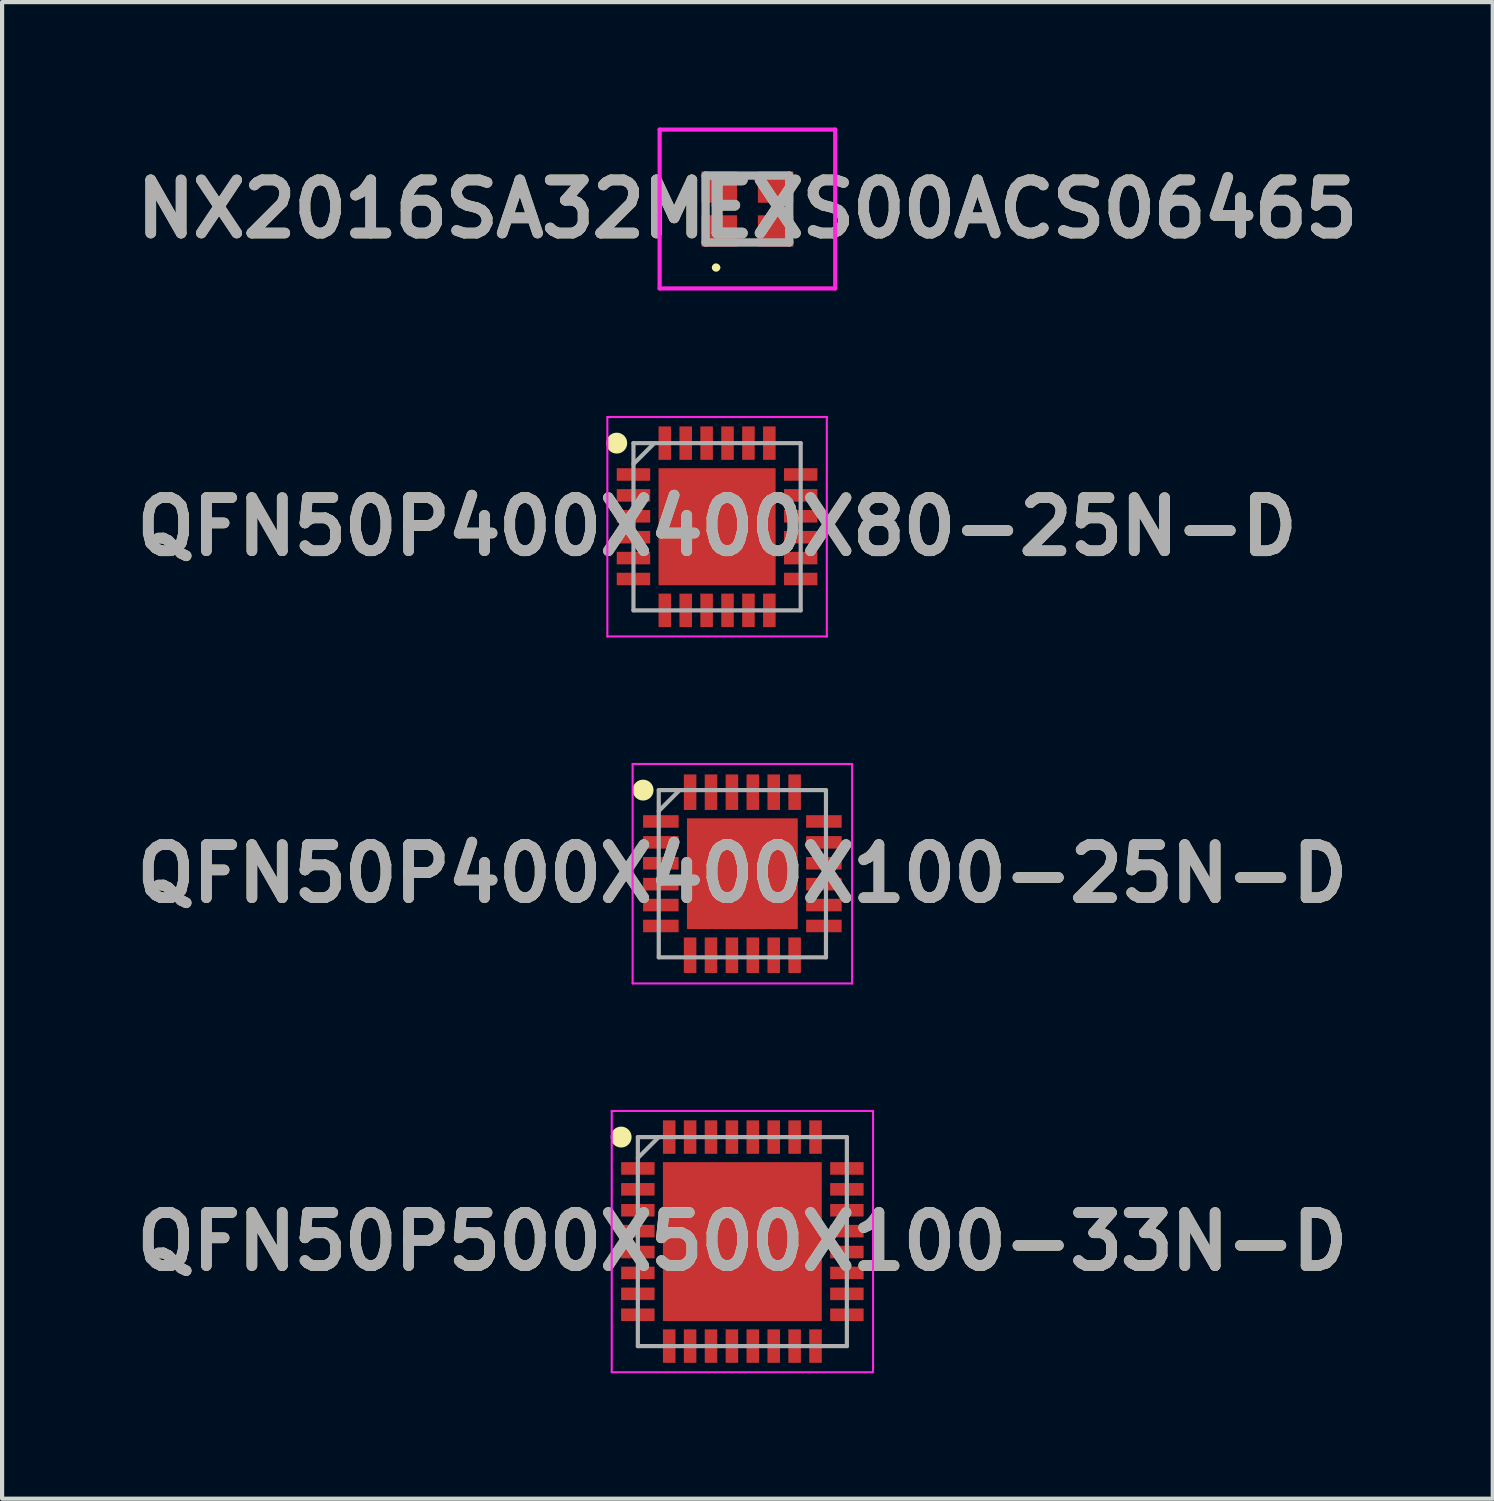
<source format=kicad_pcb>
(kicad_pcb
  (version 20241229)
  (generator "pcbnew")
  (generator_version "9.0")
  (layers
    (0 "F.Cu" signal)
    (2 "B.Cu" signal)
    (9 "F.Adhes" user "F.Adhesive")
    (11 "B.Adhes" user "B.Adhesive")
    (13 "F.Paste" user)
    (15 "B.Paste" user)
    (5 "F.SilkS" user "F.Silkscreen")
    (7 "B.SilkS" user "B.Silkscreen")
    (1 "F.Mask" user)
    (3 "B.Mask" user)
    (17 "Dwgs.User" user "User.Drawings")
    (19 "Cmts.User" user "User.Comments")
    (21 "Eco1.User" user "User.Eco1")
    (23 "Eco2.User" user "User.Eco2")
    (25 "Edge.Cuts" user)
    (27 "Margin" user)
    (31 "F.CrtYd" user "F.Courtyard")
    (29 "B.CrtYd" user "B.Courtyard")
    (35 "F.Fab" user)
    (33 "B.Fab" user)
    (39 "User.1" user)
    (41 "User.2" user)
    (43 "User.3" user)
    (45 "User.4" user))
  (footprint "NX2016SA32MEXS00ACS06465"
    (layer "F.Cu")
    (at 14.829 1.95)
    (property "Reference" "NX2016SA32MEXS00ACS06465" (at 0 0 0) (layer "F.SilkS") (effects (font (size 1.27 1.27) (thickness 0.254))))
    (attr smd)
    (fp_line (start -0.8 1.4) (end -0.8 1.4) (stroke (width 0.1) (type solid)) (layer "F.SilkS"))
    (fp_line (start -0.7 1.4) (end -0.7 1.4) (stroke (width 0.1) (type solid)) (layer "F.SilkS"))
    (fp_arc (start -0.8 1.4) (mid -0.75 1.35) (end -0.7 1.4) (stroke (width 0.1) (type solid)) (layer "F.SilkS"))
    (fp_arc (start -0.7 1.4) (mid -0.75 1.45) (end -0.8 1.4) (stroke (width 0.1) (type solid)) (layer "F.SilkS"))
    (fp_line (start -2.1 -1.9) (end 2.1 -1.9) (stroke (width 0.1) (type solid)) (layer "F.CrtYd"))
    (fp_line (start -2.1 1.9) (end -2.1 -1.9) (stroke (width 0.1) (type solid)) (layer "F.CrtYd"))
    (fp_line (start 2.1 -1.9) (end 2.1 1.9) (stroke (width 0.1) (type solid)) (layer "F.CrtYd"))
    (fp_line (start 2.1 1.9) (end -2.1 1.9) (stroke (width 0.1) (type solid)) (layer "F.CrtYd"))
    (fp_line (start -1 -0.8) (end 1 -0.8) (stroke (width 0.2) (type solid)) (layer "F.Fab"))
    (fp_line (start -1 0.8) (end -1 -0.8) (stroke (width 0.2) (type solid)) (layer "F.Fab"))
    (fp_line (start 1 -0.8) (end 1 0.8) (stroke (width 0.2) (type solid)) (layer "F.Fab"))
    (fp_line (start 1 0.8) (end -1 0.8) (stroke (width 0.2) (type solid)) (layer "F.Fab"))
    (fp_text user "${REFERENCE}" (at 0 0 0) (layer "F.Fab") (effects (font (size 1.27 1.27) (thickness 0.254))))
    (pad "1" smd rect (at -0.675 0.525 90) (size 0.75 0.85) (layers "F.Cu" "F.Mask" "F.Paste"))
    (pad "2" smd rect (at 0.675 0.525 90) (size 0.75 0.85) (layers "F.Cu" "F.Mask" "F.Paste"))
    (pad "3" smd rect (at 0.675 -0.525 90) (size 0.75 0.85) (layers "F.Cu" "F.Mask" "F.Paste"))
    (pad "4" smd rect (at -0.675 -0.525 90) (size 0.75 0.85) (layers "F.Cu" "F.Mask" "F.Paste")))
  (footprint "QFN50P500X500X100-33N-D"
    (layer "F.Cu")
    (at 14.708 26.65)
    (property "Reference" "QFN50P500X500X100-33N-D" (at 0 0 0) (layer "F.SilkS") (effects (font (size 1.27 1.27) (thickness 0.254))))
    (attr smd)
    (fp_circle (center -2.9 -2.5) (end -2.9 -2.375) (stroke (width 0.25) (type solid)) (fill no) (layer "F.SilkS"))
    (fp_line (start -3.125 -3.125) (end 3.125 -3.125) (stroke (width 0.05) (type solid)) (layer "F.CrtYd"))
    (fp_line (start -3.125 3.125) (end -3.125 -3.125) (stroke (width 0.05) (type solid)) (layer "F.CrtYd"))
    (fp_line (start 3.125 -3.125) (end 3.125 3.125) (stroke (width 0.05) (type solid)) (layer "F.CrtYd"))
    (fp_line (start 3.125 3.125) (end -3.125 3.125) (stroke (width 0.05) (type solid)) (layer "F.CrtYd"))
    (fp_line (start -2.5 -2.5) (end 2.5 -2.5) (stroke (width 0.1) (type solid)) (layer "F.Fab"))
    (fp_line (start -2.5 -2) (end -2 -2.5) (stroke (width 0.1) (type solid)) (layer "F.Fab"))
    (fp_line (start -2.5 2.5) (end -2.5 -2.5) (stroke (width 0.1) (type solid)) (layer "F.Fab"))
    (fp_line (start 2.5 -2.5) (end 2.5 2.5) (stroke (width 0.1) (type solid)) (layer "F.Fab"))
    (fp_line (start 2.5 2.5) (end -2.5 2.5) (stroke (width 0.1) (type solid)) (layer "F.Fab"))
    (fp_text user "${REFERENCE}" (at 0 0 0) (layer "F.Fab") (effects (font (size 1.27 1.27) (thickness 0.254))))
    (pad "1" smd rect (at -2.5 -1.75 90) (size 0.3 0.8) (layers "F.Cu" "F.Mask" "F.Paste"))
    (pad "2" smd rect (at -2.5 -1.25 90) (size 0.3 0.8) (layers "F.Cu" "F.Mask" "F.Paste"))
    (pad "3" smd rect (at -2.5 -0.75 90) (size 0.3 0.8) (layers "F.Cu" "F.Mask" "F.Paste"))
    (pad "4" smd rect (at -2.5 -0.25 90) (size 0.3 0.8) (layers "F.Cu" "F.Mask" "F.Paste"))
    (pad "5" smd rect (at -2.5 0.25 90) (size 0.3 0.8) (layers "F.Cu" "F.Mask" "F.Paste"))
    (pad "6" smd rect (at -2.5 0.75 90) (size 0.3 0.8) (layers "F.Cu" "F.Mask" "F.Paste"))
    (pad "7" smd rect (at -2.5 1.25 90) (size 0.3 0.8) (layers "F.Cu" "F.Mask" "F.Paste"))
    (pad "8" smd rect (at -2.5 1.75 90) (size 0.3 0.8) (layers "F.Cu" "F.Mask" "F.Paste"))
    (pad "9" smd rect (at -1.75 2.5) (size 0.3 0.8) (layers "F.Cu" "F.Mask" "F.Paste"))
    (pad "10" smd rect (at -1.25 2.5) (size 0.3 0.8) (layers "F.Cu" "F.Mask" "F.Paste"))
    (pad "11" smd rect (at -0.75 2.5) (size 0.3 0.8) (layers "F.Cu" "F.Mask" "F.Paste"))
    (pad "12" smd rect (at -0.25 2.5) (size 0.3 0.8) (layers "F.Cu" "F.Mask" "F.Paste"))
    (pad "13" smd rect (at 0.25 2.5) (size 0.3 0.8) (layers "F.Cu" "F.Mask" "F.Paste"))
    (pad "14" smd rect (at 0.75 2.5) (size 0.3 0.8) (layers "F.Cu" "F.Mask" "F.Paste"))
    (pad "15" smd rect (at 1.25 2.5) (size 0.3 0.8) (layers "F.Cu" "F.Mask" "F.Paste"))
    (pad "16" smd rect (at 1.75 2.5) (size 0.3 0.8) (layers "F.Cu" "F.Mask" "F.Paste"))
    (pad "17" smd rect (at 2.5 1.75 90) (size 0.3 0.8) (layers "F.Cu" "F.Mask" "F.Paste"))
    (pad "18" smd rect (at 2.5 1.25 90) (size 0.3 0.8) (layers "F.Cu" "F.Mask" "F.Paste"))
    (pad "19" smd rect (at 2.5 0.75 90) (size 0.3 0.8) (layers "F.Cu" "F.Mask" "F.Paste"))
    (pad "20" smd rect (at 2.5 0.25 90) (size 0.3 0.8) (layers "F.Cu" "F.Mask" "F.Paste"))
    (pad "21" smd rect (at 2.5 -0.25 90) (size 0.3 0.8) (layers "F.Cu" "F.Mask" "F.Paste"))
    (pad "22" smd rect (at 2.5 -0.75 90) (size 0.3 0.8) (layers "F.Cu" "F.Mask" "F.Paste"))
    (pad "23" smd rect (at 2.5 -1.25 90) (size 0.3 0.8) (layers "F.Cu" "F.Mask" "F.Paste"))
    (pad "24" smd rect (at 2.5 -1.75 90) (size 0.3 0.8) (layers "F.Cu" "F.Mask" "F.Paste"))
    (pad "25" smd rect (at 1.75 -2.5) (size 0.3 0.8) (layers "F.Cu" "F.Mask" "F.Paste"))
    (pad "26" smd rect (at 1.25 -2.5) (size 0.3 0.8) (layers "F.Cu" "F.Mask" "F.Paste"))
    (pad "27" smd rect (at 0.75 -2.5) (size 0.3 0.8) (layers "F.Cu" "F.Mask" "F.Paste"))
    (pad "28" smd rect (at 0.25 -2.5) (size 0.3 0.8) (layers "F.Cu" "F.Mask" "F.Paste"))
    (pad "29" smd rect (at -0.25 -2.5) (size 0.3 0.8) (layers "F.Cu" "F.Mask" "F.Paste"))
    (pad "30" smd rect (at -0.75 -2.5) (size 0.3 0.8) (layers "F.Cu" "F.Mask" "F.Paste"))
    (pad "31" smd rect (at -1.25 -2.5) (size 0.3 0.8) (layers "F.Cu" "F.Mask" "F.Paste"))
    (pad "32" smd rect (at -1.75 -2.5) (size 0.3 0.8) (layers "F.Cu" "F.Mask" "F.Paste"))
    (pad "33" smd rect (at 0 0) (size 3.8 3.8) (layers "F.Cu" "F.Mask" "F.Paste")))
  (footprint "QFN50P400X400X80-25N-D"
    (layer "F.Cu")
    (at 14.103 9.55)
    (property "Reference" "QFN50P400X400X80-25N-D" (at 0 0 0) (layer "F.SilkS") (effects (font (size 1.27 1.27) (thickness 0.254))))
    (attr smd)
    (fp_circle (center -2.4 -2) (end -2.4 -1.875) (stroke (width 0.25) (type solid)) (fill no) (layer "F.SilkS"))
    (fp_line (start -2.625 -2.625) (end 2.625 -2.625) (stroke (width 0.05) (type solid)) (layer "F.CrtYd"))
    (fp_line (start -2.625 2.625) (end -2.625 -2.625) (stroke (width 0.05) (type solid)) (layer "F.CrtYd"))
    (fp_line (start 2.625 -2.625) (end 2.625 2.625) (stroke (width 0.05) (type solid)) (layer "F.CrtYd"))
    (fp_line (start 2.625 2.625) (end -2.625 2.625) (stroke (width 0.05) (type solid)) (layer "F.CrtYd"))
    (fp_line (start -2 -2) (end 2 -2) (stroke (width 0.1) (type solid)) (layer "F.Fab"))
    (fp_line (start -2 -1.5) (end -1.5 -2) (stroke (width 0.1) (type solid)) (layer "F.Fab"))
    (fp_line (start -2 2) (end -2 -2) (stroke (width 0.1) (type solid)) (layer "F.Fab"))
    (fp_line (start 2 -2) (end 2 2) (stroke (width 0.1) (type solid)) (layer "F.Fab"))
    (fp_line (start 2 2) (end -2 2) (stroke (width 0.1) (type solid)) (layer "F.Fab"))
    (fp_text user "${REFERENCE}" (at 0 0 0) (layer "F.Fab") (effects (font (size 1.27 1.27) (thickness 0.254))))
    (pad "1" smd rect (at -2 -1.25 90) (size 0.3 0.8) (layers "F.Cu" "F.Mask" "F.Paste"))
    (pad "2" smd rect (at -2 -0.75 90) (size 0.3 0.8) (layers "F.Cu" "F.Mask" "F.Paste"))
    (pad "3" smd rect (at -2 -0.25 90) (size 0.3 0.8) (layers "F.Cu" "F.Mask" "F.Paste"))
    (pad "4" smd rect (at -2 0.25 90) (size 0.3 0.8) (layers "F.Cu" "F.Mask" "F.Paste"))
    (pad "5" smd rect (at -2 0.75 90) (size 0.3 0.8) (layers "F.Cu" "F.Mask" "F.Paste"))
    (pad "6" smd rect (at -2 1.25 90) (size 0.3 0.8) (layers "F.Cu" "F.Mask" "F.Paste"))
    (pad "7" smd rect (at -1.25 2) (size 0.3 0.8) (layers "F.Cu" "F.Mask" "F.Paste"))
    (pad "8" smd rect (at -0.75 2) (size 0.3 0.8) (layers "F.Cu" "F.Mask" "F.Paste"))
    (pad "9" smd rect (at -0.25 2) (size 0.3 0.8) (layers "F.Cu" "F.Mask" "F.Paste"))
    (pad "10" smd rect (at 0.25 2) (size 0.3 0.8) (layers "F.Cu" "F.Mask" "F.Paste"))
    (pad "11" smd rect (at 0.75 2) (size 0.3 0.8) (layers "F.Cu" "F.Mask" "F.Paste"))
    (pad "12" smd rect (at 1.25 2) (size 0.3 0.8) (layers "F.Cu" "F.Mask" "F.Paste"))
    (pad "13" smd rect (at 2 1.25 90) (size 0.3 0.8) (layers "F.Cu" "F.Mask" "F.Paste"))
    (pad "14" smd rect (at 2 0.75 90) (size 0.3 0.8) (layers "F.Cu" "F.Mask" "F.Paste"))
    (pad "15" smd rect (at 2 0.25 90) (size 0.3 0.8) (layers "F.Cu" "F.Mask" "F.Paste"))
    (pad "16" smd rect (at 2 -0.25 90) (size 0.3 0.8) (layers "F.Cu" "F.Mask" "F.Paste"))
    (pad "17" smd rect (at 2 -0.75 90) (size 0.3 0.8) (layers "F.Cu" "F.Mask" "F.Paste"))
    (pad "18" smd rect (at 2 -1.25 90) (size 0.3 0.8) (layers "F.Cu" "F.Mask" "F.Paste"))
    (pad "19" smd rect (at 1.25 -2) (size 0.3 0.8) (layers "F.Cu" "F.Mask" "F.Paste"))
    (pad "20" smd rect (at 0.75 -2) (size 0.3 0.8) (layers "F.Cu" "F.Mask" "F.Paste"))
    (pad "21" smd rect (at 0.25 -2) (size 0.3 0.8) (layers "F.Cu" "F.Mask" "F.Paste"))
    (pad "22" smd rect (at -0.25 -2) (size 0.3 0.8) (layers "F.Cu" "F.Mask" "F.Paste"))
    (pad "23" smd rect (at -0.75 -2) (size 0.3 0.8) (layers "F.Cu" "F.Mask" "F.Paste"))
    (pad "24" smd rect (at -1.25 -2) (size 0.3 0.8) (layers "F.Cu" "F.Mask" "F.Paste"))
    (pad "25" smd rect (at 0 0) (size 2.8 2.8) (layers "F.Cu" "F.Mask" "F.Paste")))
  (footprint "QFN50P400X400X100-25N-D"
    (layer "F.Cu")
    (at 14.708 17.85)
    (property "Reference" "QFN50P400X400X100-25N-D" (at 0 0 0) (layer "F.SilkS") (effects (font (size 1.27 1.27) (thickness 0.254))))
    (attr smd)
    (fp_circle (center -2.375 -2) (end -2.375 -1.875) (stroke (width 0.25) (type solid)) (fill no) (layer "F.SilkS"))
    (fp_line (start -2.625 -2.625) (end 2.625 -2.625) (stroke (width 0.05) (type solid)) (layer "F.CrtYd"))
    (fp_line (start -2.625 2.625) (end -2.625 -2.625) (stroke (width 0.05) (type solid)) (layer "F.CrtYd"))
    (fp_line (start 2.625 -2.625) (end 2.625 2.625) (stroke (width 0.05) (type solid)) (layer "F.CrtYd"))
    (fp_line (start 2.625 2.625) (end -2.625 2.625) (stroke (width 0.05) (type solid)) (layer "F.CrtYd"))
    (fp_line (start -2 -2) (end 2 -2) (stroke (width 0.1) (type solid)) (layer "F.Fab"))
    (fp_line (start -2 -1.5) (end -1.5 -2) (stroke (width 0.1) (type solid)) (layer "F.Fab"))
    (fp_line (start -2 2) (end -2 -2) (stroke (width 0.1) (type solid)) (layer "F.Fab"))
    (fp_line (start 2 -2) (end 2 2) (stroke (width 0.1) (type solid)) (layer "F.Fab"))
    (fp_line (start 2 2) (end -2 2) (stroke (width 0.1) (type solid)) (layer "F.Fab"))
    (fp_text user "${REFERENCE}" (at 0 0 0) (layer "F.Fab") (effects (font (size 1.27 1.27) (thickness 0.254))))
    (pad "1" smd rect (at -1.95 -1.25 90) (size 0.3 0.85) (layers "F.Cu" "F.Mask" "F.Paste"))
    (pad "2" smd rect (at -1.95 -0.75 90) (size 0.3 0.85) (layers "F.Cu" "F.Mask" "F.Paste"))
    (pad "3" smd rect (at -1.95 -0.25 90) (size 0.3 0.85) (layers "F.Cu" "F.Mask" "F.Paste"))
    (pad "4" smd rect (at -1.95 0.25 90) (size 0.3 0.85) (layers "F.Cu" "F.Mask" "F.Paste"))
    (pad "5" smd rect (at -1.95 0.75 90) (size 0.3 0.85) (layers "F.Cu" "F.Mask" "F.Paste"))
    (pad "6" smd rect (at -1.95 1.25 90) (size 0.3 0.85) (layers "F.Cu" "F.Mask" "F.Paste"))
    (pad "7" smd rect (at -1.25 1.95) (size 0.3 0.85) (layers "F.Cu" "F.Mask" "F.Paste"))
    (pad "8" smd rect (at -0.75 1.95) (size 0.3 0.85) (layers "F.Cu" "F.Mask" "F.Paste"))
    (pad "9" smd rect (at -0.25 1.95) (size 0.3 0.85) (layers "F.Cu" "F.Mask" "F.Paste"))
    (pad "10" smd rect (at 0.25 1.95) (size 0.3 0.85) (layers "F.Cu" "F.Mask" "F.Paste"))
    (pad "11" smd rect (at 0.75 1.95) (size 0.3 0.85) (layers "F.Cu" "F.Mask" "F.Paste"))
    (pad "12" smd rect (at 1.25 1.95) (size 0.3 0.85) (layers "F.Cu" "F.Mask" "F.Paste"))
    (pad "13" smd rect (at 1.95 1.25 90) (size 0.3 0.85) (layers "F.Cu" "F.Mask" "F.Paste"))
    (pad "14" smd rect (at 1.95 0.75 90) (size 0.3 0.85) (layers "F.Cu" "F.Mask" "F.Paste"))
    (pad "15" smd rect (at 1.95 0.25 90) (size 0.3 0.85) (layers "F.Cu" "F.Mask" "F.Paste"))
    (pad "16" smd rect (at 1.95 -0.25 90) (size 0.3 0.85) (layers "F.Cu" "F.Mask" "F.Paste"))
    (pad "17" smd rect (at 1.95 -0.75 90) (size 0.3 0.85) (layers "F.Cu" "F.Mask" "F.Paste"))
    (pad "18" smd rect (at 1.95 -1.25 90) (size 0.3 0.85) (layers "F.Cu" "F.Mask" "F.Paste"))
    (pad "19" smd rect (at 1.25 -1.95) (size 0.3 0.85) (layers "F.Cu" "F.Mask" "F.Paste"))
    (pad "20" smd rect (at 0.75 -1.95) (size 0.3 0.85) (layers "F.Cu" "F.Mask" "F.Paste"))
    (pad "21" smd rect (at 0.25 -1.95) (size 0.3 0.85) (layers "F.Cu" "F.Mask" "F.Paste"))
    (pad "22" smd rect (at -0.25 -1.95) (size 0.3 0.85) (layers "F.Cu" "F.Mask" "F.Paste"))
    (pad "23" smd rect (at -0.75 -1.95) (size 0.3 0.85) (layers "F.Cu" "F.Mask" "F.Paste"))
    (pad "24" smd rect (at -1.25 -1.95) (size 0.3 0.85) (layers "F.Cu" "F.Mask" "F.Paste"))
    (pad "25" smd rect (at 0 0) (size 2.65 2.65) (layers "F.Cu" "F.Mask" "F.Paste")))
  (gr_rect
    (start -3 -3)
    (end 32.658 32.8)
    (stroke (width 0.1) (type default))
    (fill no)
    (layer "Edge.Cuts")))
</source>
